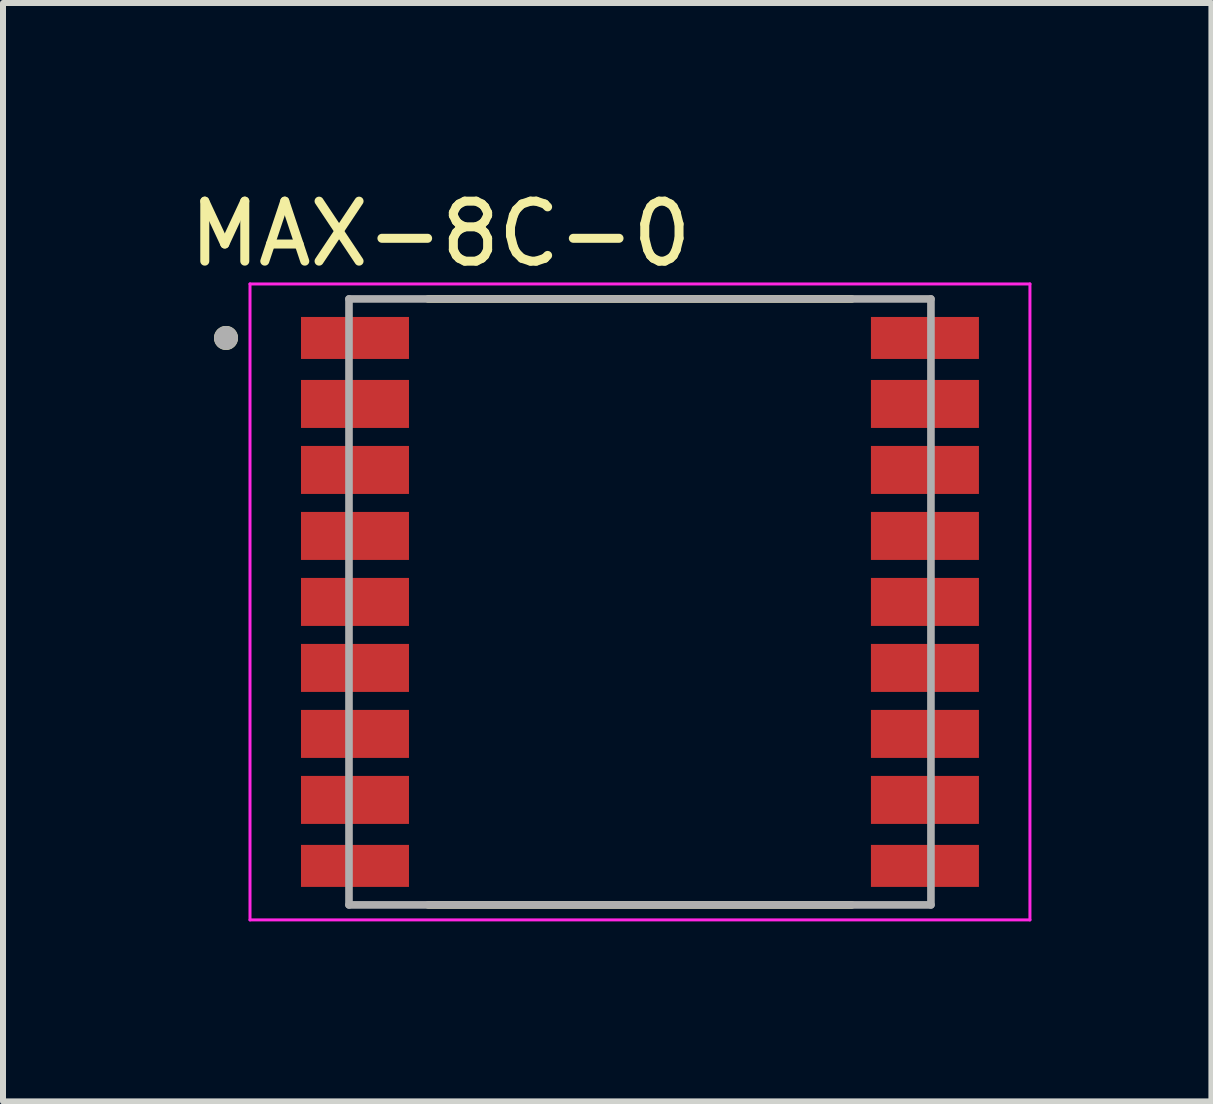
<source format=kicad_pcb>
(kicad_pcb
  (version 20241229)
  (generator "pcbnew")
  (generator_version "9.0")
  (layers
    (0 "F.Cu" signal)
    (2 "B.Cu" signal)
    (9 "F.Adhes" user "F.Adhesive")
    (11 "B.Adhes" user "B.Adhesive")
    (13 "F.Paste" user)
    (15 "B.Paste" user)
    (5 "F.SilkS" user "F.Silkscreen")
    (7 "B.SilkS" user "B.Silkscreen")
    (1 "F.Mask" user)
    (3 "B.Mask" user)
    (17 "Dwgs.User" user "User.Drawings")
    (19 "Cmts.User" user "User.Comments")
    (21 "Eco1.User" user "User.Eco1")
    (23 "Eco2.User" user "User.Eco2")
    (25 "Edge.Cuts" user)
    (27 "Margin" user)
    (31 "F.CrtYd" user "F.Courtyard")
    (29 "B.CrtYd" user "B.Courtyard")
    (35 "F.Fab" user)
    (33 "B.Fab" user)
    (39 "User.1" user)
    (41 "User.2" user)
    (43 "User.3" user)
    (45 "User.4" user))
  (footprint "MAX-8C-0"
    (layer "F.Cu")
    (at 7.617 6.983)
    (property "Reference" "MAX-8C-0" (at -3.325 -6.135 0) (layer "F.SilkS") (effects (font (size 1 1) (thickness 0.15))))
    (attr through_hole)
    (fp_poly (pts (xy -5.65 -4.75) (xy -3.85 -4.75) (xy -3.85 -4.05) (xy -5.65 -4.05)) (stroke (width 0.01) (type solid)) (fill yes) (layer "F.Mask"))
    (fp_poly (pts (xy -5.65 -3.7) (xy -3.85 -3.7) (xy -3.85 -2.9) (xy -5.65 -2.9)) (stroke (width 0.01) (type solid)) (fill yes) (layer "F.Mask"))
    (fp_poly (pts (xy -5.65 -2.6) (xy -3.85 -2.6) (xy -3.85 -1.8) (xy -5.65 -1.8)) (stroke (width 0.01) (type solid)) (fill yes) (layer "F.Mask"))
    (fp_poly (pts (xy -5.65 -1.5) (xy -3.85 -1.5) (xy -3.85 -0.7) (xy -5.65 -0.7)) (stroke (width 0.01) (type solid)) (fill yes) (layer "F.Mask"))
    (fp_poly (pts (xy -5.65 -0.4) (xy -3.85 -0.4) (xy -3.85 0.4) (xy -5.65 0.4)) (stroke (width 0.01) (type solid)) (fill yes) (layer "F.Mask"))
    (fp_poly (pts (xy -5.65 0.7) (xy -3.85 0.7) (xy -3.85 1.5) (xy -5.65 1.5)) (stroke (width 0.01) (type solid)) (fill yes) (layer "F.Mask"))
    (fp_poly (pts (xy -5.65 1.8) (xy -3.85 1.8) (xy -3.85 2.6) (xy -5.65 2.6)) (stroke (width 0.01) (type solid)) (fill yes) (layer "F.Mask"))
    (fp_poly (pts (xy -5.65 2.9) (xy -3.85 2.9) (xy -3.85 3.7) (xy -5.65 3.7)) (stroke (width 0.01) (type solid)) (fill yes) (layer "F.Mask"))
    (fp_poly (pts (xy -5.65 4.05) (xy -3.85 4.05) (xy -3.85 4.75) (xy -5.65 4.75)) (stroke (width 0.01) (type solid)) (fill yes) (layer "F.Mask"))
    (fp_poly (pts (xy 3.85 -4.75) (xy 5.65 -4.75) (xy 5.65 -4.05) (xy 3.85 -4.05)) (stroke (width 0.01) (type solid)) (fill yes) (layer "F.Mask"))
    (fp_poly (pts (xy 3.85 -3.7) (xy 5.65 -3.7) (xy 5.65 -2.9) (xy 3.85 -2.9)) (stroke (width 0.01) (type solid)) (fill yes) (layer "F.Mask"))
    (fp_poly (pts (xy 3.85 -2.6) (xy 5.65 -2.6) (xy 5.65 -1.8) (xy 3.85 -1.8)) (stroke (width 0.01) (type solid)) (fill yes) (layer "F.Mask"))
    (fp_poly (pts (xy 3.85 -1.5) (xy 5.65 -1.5) (xy 5.65 -0.7) (xy 3.85 -0.7)) (stroke (width 0.01) (type solid)) (fill yes) (layer "F.Mask"))
    (fp_poly (pts (xy 3.85 -0.4) (xy 5.65 -0.4) (xy 5.65 0.4) (xy 3.85 0.4)) (stroke (width 0.01) (type solid)) (fill yes) (layer "F.Mask"))
    (fp_poly (pts (xy 3.85 0.7) (xy 5.65 0.7) (xy 5.65 1.5) (xy 3.85 1.5)) (stroke (width 0.01) (type solid)) (fill yes) (layer "F.Mask"))
    (fp_poly (pts (xy 3.85 1.8) (xy 5.65 1.8) (xy 5.65 2.6) (xy 3.85 2.6)) (stroke (width 0.01) (type solid)) (fill yes) (layer "F.Mask"))
    (fp_poly (pts (xy 3.85 2.9) (xy 5.65 2.9) (xy 5.65 3.7) (xy 3.85 3.7)) (stroke (width 0.01) (type solid)) (fill yes) (layer "F.Mask"))
    (fp_poly (pts (xy 3.85 4.05) (xy 5.65 4.05) (xy 5.65 4.75) (xy 3.85 4.75)) (stroke (width 0.01) (type solid)) (fill yes) (layer "F.Mask"))
    (fp_line (start -3.53 -5.05) (end 3.53 -5.05) (stroke (width 0.127) (type solid)) (layer "F.SilkS"))
    (fp_line (start -3.53 5.05) (end 3.53 5.05) (stroke (width 0.127) (type solid)) (layer "F.SilkS"))
    (fp_circle (center -6.9 -4.4) (end -6.8 -4.4) (stroke (width 0.2) (type solid)) (fill no) (layer "F.SilkS"))
    (fp_poly (pts (xy -6.25 -4.75) (xy -4.85 -4.75) (xy -4.85 -4.65) (xy -3.95 -4.65) (xy -3.95 -4.15) (xy -4.85 -4.15) (xy -4.85 -4.05) (xy -6.25 -4.05)) (stroke (width 0.01) (type solid)) (fill yes) (layer "F.Paste"))
    (fp_poly (pts (xy -6.25 -3.7) (xy -4.85 -3.7) (xy -4.85 -3.6) (xy -3.95 -3.6) (xy -3.95 -3) (xy -4.85 -3) (xy -4.85 -2.9) (xy -6.25 -2.9)) (stroke (width 0.01) (type solid)) (fill yes) (layer "F.Paste"))
    (fp_poly (pts (xy -6.25 -2.6) (xy -4.85 -2.6) (xy -4.85 -2.5) (xy -3.95 -2.5) (xy -3.95 -1.9) (xy -4.85 -1.9) (xy -4.85 -1.8) (xy -6.25 -1.8)) (stroke (width 0.01) (type solid)) (fill yes) (layer "F.Paste"))
    (fp_poly (pts (xy -6.25 -1.5) (xy -4.85 -1.5) (xy -4.85 -1.4) (xy -3.95 -1.4) (xy -3.95 -0.8) (xy -4.85 -0.8) (xy -4.85 -0.7) (xy -6.25 -0.7)) (stroke (width 0.01) (type solid)) (fill yes) (layer "F.Paste"))
    (fp_poly (pts (xy -6.25 -0.4) (xy -4.85 -0.4) (xy -4.85 -0.3) (xy -3.95 -0.3) (xy -3.95 0.3) (xy -4.85 0.3) (xy -4.85 0.4) (xy -6.25 0.4)) (stroke (width 0.01) (type solid)) (fill yes) (layer "F.Paste"))
    (fp_poly (pts (xy -6.25 0.7) (xy -4.85 0.7) (xy -4.85 0.8) (xy -3.95 0.8) (xy -3.95 1.4) (xy -4.85 1.4) (xy -4.85 1.5) (xy -6.25 1.5)) (stroke (width 0.01) (type solid)) (fill yes) (layer "F.Paste"))
    (fp_poly (pts (xy -6.25 1.8) (xy -4.85 1.8) (xy -4.85 1.9) (xy -3.95 1.9) (xy -3.95 2.5) (xy -4.85 2.5) (xy -4.85 2.6) (xy -6.25 2.6)) (stroke (width 0.01) (type solid)) (fill yes) (layer "F.Paste"))
    (fp_poly (pts (xy -6.25 2.9) (xy -4.85 2.9) (xy -4.85 3) (xy -3.95 3) (xy -3.95 3.6) (xy -4.85 3.6) (xy -4.85 3.7) (xy -6.25 3.7)) (stroke (width 0.01) (type solid)) (fill yes) (layer "F.Paste"))
    (fp_poly (pts (xy -6.25 4.05) (xy -4.85 4.05) (xy -4.85 4.15) (xy -3.95 4.15) (xy -3.95 4.65) (xy -4.85 4.65) (xy -4.85 4.75) (xy -6.25 4.75)) (stroke (width 0.01) (type solid)) (fill yes) (layer "F.Paste"))
    (fp_poly (pts (xy 6.25 -4.05) (xy 4.85 -4.05) (xy 4.85 -4.15) (xy 3.95 -4.15) (xy 3.95 -4.65) (xy 4.85 -4.65) (xy 4.85 -4.75) (xy 6.25 -4.75)) (stroke (width 0.01) (type solid)) (fill yes) (layer "F.Paste"))
    (fp_poly (pts (xy 6.25 -2.9) (xy 4.85 -2.9) (xy 4.85 -3) (xy 3.95 -3) (xy 3.95 -3.6) (xy 4.85 -3.6) (xy 4.85 -3.7) (xy 6.25 -3.7)) (stroke (width 0.01) (type solid)) (fill yes) (layer "F.Paste"))
    (fp_poly (pts (xy 6.25 -1.8) (xy 4.85 -1.8) (xy 4.85 -1.9) (xy 3.95 -1.9) (xy 3.95 -2.5) (xy 4.85 -2.5) (xy 4.85 -2.6) (xy 6.25 -2.6)) (stroke (width 0.01) (type solid)) (fill yes) (layer "F.Paste"))
    (fp_poly (pts (xy 6.25 -0.7) (xy 4.85 -0.7) (xy 4.85 -0.8) (xy 3.95 -0.8) (xy 3.95 -1.4) (xy 4.85 -1.4) (xy 4.85 -1.5) (xy 6.25 -1.5)) (stroke (width 0.01) (type solid)) (fill yes) (layer "F.Paste"))
    (fp_poly (pts (xy 6.25 0.4) (xy 4.85 0.4) (xy 4.85 0.3) (xy 3.95 0.3) (xy 3.95 -0.3) (xy 4.85 -0.3) (xy 4.85 -0.4) (xy 6.25 -0.4)) (stroke (width 0.01) (type solid)) (fill yes) (layer "F.Paste"))
    (fp_poly (pts (xy 6.25 1.5) (xy 4.85 1.5) (xy 4.85 1.4) (xy 3.95 1.4) (xy 3.95 0.8) (xy 4.85 0.8) (xy 4.85 0.7) (xy 6.25 0.7)) (stroke (width 0.01) (type solid)) (fill yes) (layer "F.Paste"))
    (fp_poly (pts (xy 6.25 2.6) (xy 4.85 2.6) (xy 4.85 2.5) (xy 3.95 2.5) (xy 3.95 1.9) (xy 4.85 1.9) (xy 4.85 1.8) (xy 6.25 1.8)) (stroke (width 0.01) (type solid)) (fill yes) (layer "F.Paste"))
    (fp_poly (pts (xy 6.25 3.7) (xy 4.85 3.7) (xy 4.85 3.6) (xy 3.95 3.6) (xy 3.95 3) (xy 4.85 3) (xy 4.85 2.9) (xy 6.25 2.9)) (stroke (width 0.01) (type solid)) (fill yes) (layer "F.Paste"))
    (fp_poly (pts (xy 6.25 4.75) (xy 4.85 4.75) (xy 4.85 4.65) (xy 3.95 4.65) (xy 3.95 4.15) (xy 4.85 4.15) (xy 4.85 4.05) (xy 6.25 4.05)) (stroke (width 0.01) (type solid)) (fill yes) (layer "F.Paste"))
    (fp_line (start -6.5 -5.3) (end 6.5 -5.3) (stroke (width 0.05) (type solid)) (layer "F.CrtYd"))
    (fp_line (start -6.5 5.3) (end -6.5 -5.3) (stroke (width 0.05) (type solid)) (layer "F.CrtYd"))
    (fp_line (start 6.5 -5.3) (end 6.5 5.3) (stroke (width 0.05) (type solid)) (layer "F.CrtYd"))
    (fp_line (start 6.5 5.3) (end -6.5 5.3) (stroke (width 0.05) (type solid)) (layer "F.CrtYd"))
    (fp_line (start -4.85 -5.05) (end 4.85 -5.05) (stroke (width 0.127) (type solid)) (layer "F.Fab"))
    (fp_line (start -4.85 5.05) (end -4.85 -5.05) (stroke (width 0.127) (type solid)) (layer "F.Fab"))
    (fp_line (start 4.85 -5.05) (end 4.85 5.05) (stroke (width 0.127) (type solid)) (layer "F.Fab"))
    (fp_line (start 4.85 5.05) (end -4.85 5.05) (stroke (width 0.127) (type solid)) (layer "F.Fab"))
    (fp_circle (center -6.9 -4.4) (end -6.8 -4.4) (stroke (width 0.2) (type solid)) (fill no) (layer "F.Fab"))
    (pad "1" smd rect (at -4.75 -4.4) (size 1.8 0.7) (layers "F.Cu"))
    (pad "2" smd rect (at -4.75 -3.3) (size 1.8 0.8) (layers "F.Cu"))
    (pad "3" smd rect (at -4.75 -2.2) (size 1.8 0.8) (layers "F.Cu"))
    (pad "4" smd rect (at -4.75 -1.1) (size 1.8 0.8) (layers "F.Cu"))
    (pad "5" smd rect (at -4.75 0) (size 1.8 0.8) (layers "F.Cu"))
    (pad "6" smd rect (at -4.75 1.1) (size 1.8 0.8) (layers "F.Cu"))
    (pad "7" smd rect (at -4.75 2.2) (size 1.8 0.8) (layers "F.Cu"))
    (pad "8" smd rect (at -4.75 3.3) (size 1.8 0.8) (layers "F.Cu"))
    (pad "9" smd rect (at -4.75 4.4) (size 1.8 0.7) (layers "F.Cu"))
    (pad "10" smd rect (at 4.75 4.4) (size 1.8 0.7) (layers "F.Cu"))
    (pad "11" smd rect (at 4.75 3.3) (size 1.8 0.8) (layers "F.Cu"))
    (pad "12" smd rect (at 4.75 2.2) (size 1.8 0.8) (layers "F.Cu"))
    (pad "13" smd rect (at 4.75 1.1) (size 1.8 0.8) (layers "F.Cu"))
    (pad "14" smd rect (at 4.75 0) (size 1.8 0.8) (layers "F.Cu"))
    (pad "15" smd rect (at 4.75 -1.1) (size 1.8 0.8) (layers "F.Cu"))
    (pad "16" smd rect (at 4.75 -2.2) (size 1.8 0.8) (layers "F.Cu"))
    (pad "17" smd rect (at 4.75 -3.3) (size 1.8 0.8) (layers "F.Cu"))
    (pad "18" smd rect (at 4.75 -4.4) (size 1.8 0.7) (layers "F.Cu")))
  (gr_rect
    (start -3 -3)
    (end 17.142 15.308)
    (stroke (width 0.1) (type default))
    (fill no)
    (layer "Edge.Cuts")))
</source>
